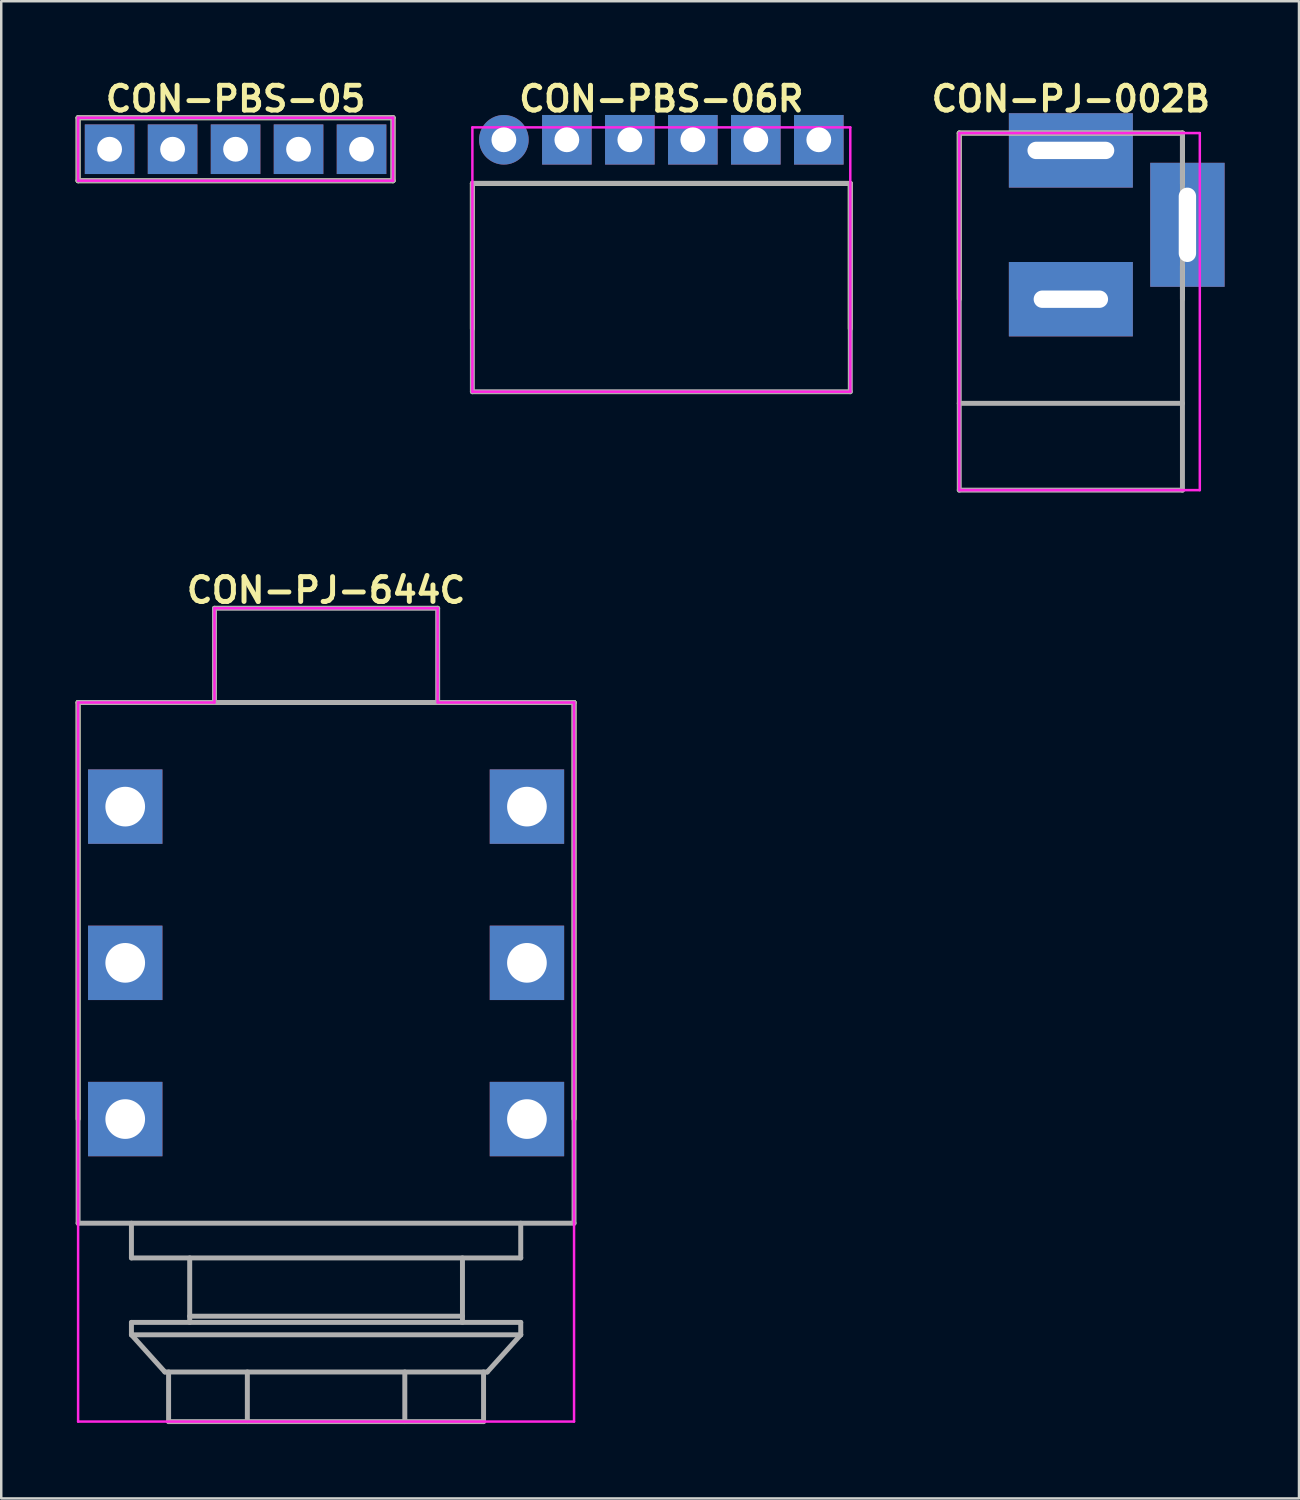
<source format=kicad_pcb>
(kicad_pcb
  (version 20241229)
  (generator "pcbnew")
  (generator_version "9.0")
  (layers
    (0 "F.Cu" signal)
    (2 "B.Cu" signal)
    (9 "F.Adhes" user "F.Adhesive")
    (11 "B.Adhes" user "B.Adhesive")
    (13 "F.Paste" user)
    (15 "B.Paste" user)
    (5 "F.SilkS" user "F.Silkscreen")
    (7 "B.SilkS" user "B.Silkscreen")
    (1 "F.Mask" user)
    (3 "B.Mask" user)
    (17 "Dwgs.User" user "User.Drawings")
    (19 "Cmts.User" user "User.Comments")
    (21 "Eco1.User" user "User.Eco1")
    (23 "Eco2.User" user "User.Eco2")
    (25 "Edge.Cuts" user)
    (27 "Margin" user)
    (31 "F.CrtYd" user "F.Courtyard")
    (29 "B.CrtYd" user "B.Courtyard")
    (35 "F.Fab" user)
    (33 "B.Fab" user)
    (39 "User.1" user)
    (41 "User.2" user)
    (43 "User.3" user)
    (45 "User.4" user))
  (footprint "CON-PJ-002B"
    (layer "F.Cu")
    (at 40.135 6.016)
    (property "Reference" "CON-PJ-002B" (at 0 -5.08 0) (layer "F.SilkS") (effects (font (size 1 1) (thickness 0.2))))
    (attr through_hole)
    (fp_line (start -4.5 -3.7) (end -4.5 3) (stroke (width 0.2) (type solid)) (layer "F.SilkS"))
    (fp_line (start -4.5 -3.7) (end 4.5 -3.7) (stroke (width 0.2) (type solid)) (layer "F.SilkS"))
    (fp_line (start 4.5 -3.7) (end 4.5 -1.651) (stroke (width 0.2) (type solid)) (layer "F.SilkS"))
    (fp_line (start 4.5 1.651) (end 4.5 3) (stroke (width 0.2) (type solid)) (layer "F.SilkS"))
    (fp_line (start -4.5 -3.7) (end -4.5 10.7) (stroke (width 0.1) (type solid)) (layer "F.CrtYd"))
    (fp_line (start -4.5 -3.7) (end 5.2 -3.7) (stroke (width 0.1) (type solid)) (layer "F.CrtYd"))
    (fp_line (start -4.5 10.7) (end 5.2 10.7) (stroke (width 0.1) (type solid)) (layer "F.CrtYd"))
    (fp_line (start 5.2 -3.7) (end 5.2 10.7) (stroke (width 0.1) (type solid)) (layer "F.CrtYd"))
    (fp_line (start -4.5 -3.7) (end -4.5 10.7) (stroke (width 0.2) (type solid)) (layer "F.Fab"))
    (fp_line (start -4.5 -3.7) (end 4.5 -3.7) (stroke (width 0.2) (type solid)) (layer "F.Fab"))
    (fp_line (start -4.5 7.2) (end 4.5 7.2) (stroke (width 0.2) (type solid)) (layer "F.Fab"))
    (fp_line (start -4.5 10.7) (end 4.5 10.7) (stroke (width 0.2) (type solid)) (layer "F.Fab"))
    (fp_line (start 4.5 -3.7) (end 4.5 10.7) (stroke (width 0.2) (type solid)) (layer "F.Fab"))
    (pad "C" thru_hole rect (at 0 -3) (size 5 3) (drill oval 3.5 0.7) (layers "B.Cu" "B.Mask"))
    (pad "S" thru_hole rect (at 0 3) (size 5 3) (drill oval 3 0.7) (layers "B.Cu" "B.Mask"))
    (pad "SN" thru_hole rect (at 4.7 0) (size 3 5) (drill oval 0.7 3) (layers "B.Cu" "B.Mask")))
  (footprint "CON-PBS-06R"
    (layer "F.Cu")
    (at 23.62 2.587)
    (property "Reference" "CON-PBS-06R" (at 0 -1.651 0) (layer "F.SilkS") (effects (font (size 1 1) (thickness 0.2))))
    (attr through_hole)
    (fp_line (start -7.62 1.76) (end -7.62 7.62) (stroke (width 0.2) (type solid)) (layer "F.SilkS"))
    (fp_line (start -7.62 1.76) (end 7.62 1.76) (stroke (width 0.2) (type solid)) (layer "F.SilkS"))
    (fp_line (start 7.62 1.76) (end 7.62 7.62) (stroke (width 0.2) (type solid)) (layer "F.SilkS"))
    (fp_line (start -7.62 -0.5) (end -7.62 10.16) (stroke (width 0.1) (type solid)) (layer "F.CrtYd"))
    (fp_line (start -7.62 -0.5) (end 7.62 -0.5) (stroke (width 0.1) (type solid)) (layer "F.CrtYd"))
    (fp_line (start -7.62 10.16) (end 7.62 10.16) (stroke (width 0.1) (type solid)) (layer "F.CrtYd"))
    (fp_line (start 7.62 -0.5) (end 7.62 10.16) (stroke (width 0.1) (type solid)) (layer "F.CrtYd"))
    (fp_line (start -7.62 1.76) (end -7.62 10.16) (stroke (width 0.2) (type solid)) (layer "F.Fab"))
    (fp_line (start -7.62 1.76) (end 7.62 1.76) (stroke (width 0.2) (type solid)) (layer "F.Fab"))
    (fp_line (start -7.62 10.16) (end 7.62 10.16) (stroke (width 0.2) (type solid)) (layer "F.Fab"))
    (fp_line (start 7.62 1.76) (end 7.62 10.16) (stroke (width 0.2) (type solid)) (layer "F.Fab"))
    (pad "1" thru_hole circle (at -6.35 0) (size 2 2) (drill 1) (layers "*.Cu" "*.Mask"))
    (pad "2" thru_hole rect (at -3.81 0) (size 2 2) (drill 1) (layers "*.Cu" "*.Mask"))
    (pad "3" thru_hole rect (at -1.27 0) (size 2 2) (drill 1) (layers "*.Cu" "*.Mask"))
    (pad "4" thru_hole rect (at 1.27 0) (size 2 2) (drill 1) (layers "*.Cu" "*.Mask"))
    (pad "5" thru_hole rect (at 3.81 0) (size 2 2) (drill 1) (layers "*.Cu" "*.Mask"))
    (pad "6" thru_hole rect (at 6.35 0) (size 2 2) (drill 1) (layers "*.Cu" "*.Mask")))
  (footprint "CON-PBS-05"
    (layer "F.Cu")
    (at 6.45 2.968)
    (property "Reference" "CON-PBS-05" (at 0 -2.032 0) (layer "F.SilkS") (effects (font (size 1 1) (thickness 0.2))))
    (attr through_hole)
    (fp_line (start -6.35 -1.27) (end -6.35 1.27) (stroke (width 0.2) (type solid)) (layer "F.SilkS"))
    (fp_line (start -6.35 -1.27) (end 6.35 -1.27) (stroke (width 0.2) (type solid)) (layer "F.SilkS"))
    (fp_line (start -6.35 1.27) (end 6.35 1.27) (stroke (width 0.2) (type solid)) (layer "F.SilkS"))
    (fp_line (start 6.35 -1.27) (end 6.35 1.27) (stroke (width 0.2) (type solid)) (layer "F.SilkS"))
    (fp_line (start -6.35 -1.27) (end -6.35 1.27) (stroke (width 0.1) (type solid)) (layer "F.CrtYd"))
    (fp_line (start -6.35 -1.27) (end 6.35 -1.27) (stroke (width 0.1) (type solid)) (layer "F.CrtYd"))
    (fp_line (start -6.35 1.27) (end 6.35 1.27) (stroke (width 0.1) (type solid)) (layer "F.CrtYd"))
    (fp_line (start 6.35 -1.27) (end 6.35 1.27) (stroke (width 0.1) (type solid)) (layer "F.CrtYd"))
    (fp_line (start -6.35 -1.27) (end -6.35 1.27) (stroke (width 0.2) (type solid)) (layer "F.Fab"))
    (fp_line (start -6.35 -1.27) (end 6.35 -1.27) (stroke (width 0.2) (type solid)) (layer "F.Fab"))
    (fp_line (start -6.35 1.27) (end 6.35 1.27) (stroke (width 0.2) (type solid)) (layer "F.Fab"))
    (fp_line (start 6.35 -1.27) (end 6.35 1.27) (stroke (width 0.2) (type solid)) (layer "F.Fab"))
    (pad "1" thru_hole rect (at -5.08 0) (size 2 2) (drill 1) (layers "B.Cu" "B.Mask"))
    (pad "2" thru_hole rect (at -2.54 0) (size 2 2) (drill 1) (layers "B.Cu" "B.Mask"))
    (pad "3" thru_hole rect (at 0 0) (size 2 2) (drill 1) (layers "B.Cu" "B.Mask"))
    (pad "4" thru_hole rect (at 2.54 0) (size 2 2) (drill 1) (layers "B.Cu" "B.Mask"))
    (pad "5" thru_hole rect (at 5.08 0) (size 2 2) (drill 1) (layers "B.Cu" "B.Mask")))
  (footprint "CON-PJ-644C"
    (layer "F.Cu")
    (at 10.1 46.279)
    (property "Reference" "CON-PJ-644C" (at 0 -25.527 0) (layer "F.SilkS") (effects (font (size 1 1) (thickness 0.2))))
    (attr through_hole)
    (fp_line (start -10 -21) (end -10 -4.2) (stroke (width 0.2) (type solid)) (layer "F.SilkS"))
    (fp_line (start -10 -21) (end 10 -21) (stroke (width 0.2) (type solid)) (layer "F.SilkS"))
    (fp_line (start 10 -21) (end 10 -4.2) (stroke (width 0.2) (type solid)) (layer "F.SilkS"))
    (fp_line (start -10 -21) (end -10 8) (stroke (width 0.1) (type solid)) (layer "F.CrtYd"))
    (fp_line (start -10 -21) (end -4.5 -21) (stroke (width 0.1) (type solid)) (layer "F.CrtYd"))
    (fp_line (start -10 8) (end 10 8) (stroke (width 0.1) (type solid)) (layer "F.CrtYd"))
    (fp_line (start -4.5 -24.8) (end -4.5 -21) (stroke (width 0.1) (type solid)) (layer "F.CrtYd"))
    (fp_line (start -4.5 -24.8) (end 4.5 -24.8) (stroke (width 0.1) (type solid)) (layer "F.CrtYd"))
    (fp_line (start 4.5 -24.8) (end 4.5 -21) (stroke (width 0.1) (type solid)) (layer "F.CrtYd"))
    (fp_line (start 4.5 -21) (end 10 -21) (stroke (width 0.1) (type solid)) (layer "F.CrtYd"))
    (fp_line (start 10 -21) (end 10 8) (stroke (width 0.1) (type solid)) (layer "F.CrtYd"))
    (fp_line (start -10 -21) (end -10 0) (stroke (width 0.2) (type solid)) (layer "F.Fab"))
    (fp_line (start -10 -21) (end 10 -21) (stroke (width 0.2) (type solid)) (layer "F.Fab"))
    (fp_line (start -10 0) (end 10 0) (stroke (width 0.2) (type solid)) (layer "F.Fab"))
    (fp_line (start -7.85 0) (end -7.85 1.4) (stroke (width 0.2) (type solid)) (layer "F.Fab"))
    (fp_line (start -7.85 1.4) (end 7.85 1.4) (stroke (width 0.2) (type solid)) (layer "F.Fab"))
    (fp_line (start -7.85 4) (end -7.85 4.5) (stroke (width 0.2) (type solid)) (layer "F.Fab"))
    (fp_line (start -7.85 4) (end 7.85 4) (stroke (width 0.2) (type solid)) (layer "F.Fab"))
    (fp_line (start -7.85 4.5) (end -6.5 6) (stroke (width 0.2) (type solid)) (layer "F.Fab"))
    (fp_line (start -7.85 4.5) (end 7.85 4.5) (stroke (width 0.2) (type solid)) (layer "F.Fab"))
    (fp_line (start -6.5 6) (end 6.5 6) (stroke (width 0.2) (type solid)) (layer "F.Fab"))
    (fp_line (start -6.351 6) (end -6.351 8) (stroke (width 0.2) (type solid)) (layer "F.Fab"))
    (fp_line (start -6.351 8) (end 6.351 8) (stroke (width 0.2) (type solid)) (layer "F.Fab"))
    (fp_line (start -5.5 1.4) (end -5.5 4) (stroke (width 0.2) (type solid)) (layer "F.Fab"))
    (fp_line (start -5.5 3.75) (end 5.5 3.75) (stroke (width 0.2) (type solid)) (layer "F.Fab"))
    (fp_line (start -4.5 -24.8) (end -4.5 -21) (stroke (width 0.2) (type solid)) (layer "F.Fab"))
    (fp_line (start -4.5 -24.8) (end 4.5 -24.8) (stroke (width 0.2) (type solid)) (layer "F.Fab"))
    (fp_line (start -3.175 6) (end -3.175 8) (stroke (width 0.2) (type solid)) (layer "F.Fab"))
    (fp_line (start 3.175 6) (end 3.175 8) (stroke (width 0.2) (type solid)) (layer "F.Fab"))
    (fp_line (start 4.5 -24.8) (end 4.5 -21) (stroke (width 0.2) (type solid)) (layer "F.Fab"))
    (fp_line (start 5.5 1.4) (end 5.5 4) (stroke (width 0.2) (type solid)) (layer "F.Fab"))
    (fp_line (start 6.351 6) (end 6.351 8) (stroke (width 0.2) (type solid)) (layer "F.Fab"))
    (fp_line (start 7.85 0) (end 7.85 1.4) (stroke (width 0.2) (type solid)) (layer "F.Fab"))
    (fp_line (start 7.85 4) (end 7.85 4.5) (stroke (width 0.2) (type solid)) (layer "F.Fab"))
    (fp_line (start 7.85 4.5) (end 6.5 6) (stroke (width 0.2) (type solid)) (layer "F.Fab"))
    (fp_line (start 10 -21) (end 10 0) (stroke (width 0.2) (type solid)) (layer "F.Fab"))
    (pad "R" thru_hole rect (at 8.1 -10.5) (size 3 3) (drill 1.6) (layers "B.Cu" "B.Mask"))
    (pad "RN" thru_hole rect (at -8.1 -10.5) (size 3 3) (drill 1.6) (layers "B.Cu" "B.Mask"))
    (pad "S" thru_hole rect (at 8.1 -4.2) (size 3 3) (drill 1.6) (layers "B.Cu" "B.Mask"))
    (pad "SN" thru_hole rect (at -8.1 -4.2) (size 3 3) (drill 1.6) (layers "B.Cu" "B.Mask"))
    (pad "T" thru_hole rect (at 8.1 -16.8) (size 3 3) (drill 1.6) (layers "B.Cu" "B.Mask"))
    (pad "TN" thru_hole rect (at -8.1 -16.8) (size 3 3) (drill 1.6) (layers "B.Cu" "B.Mask")))
  (gr_rect
    (start -3 -3)
    (end 49.335 57.379)
    (stroke (width 0.1) (type default))
    (fill no)
    (layer "Edge.Cuts")))
</source>
